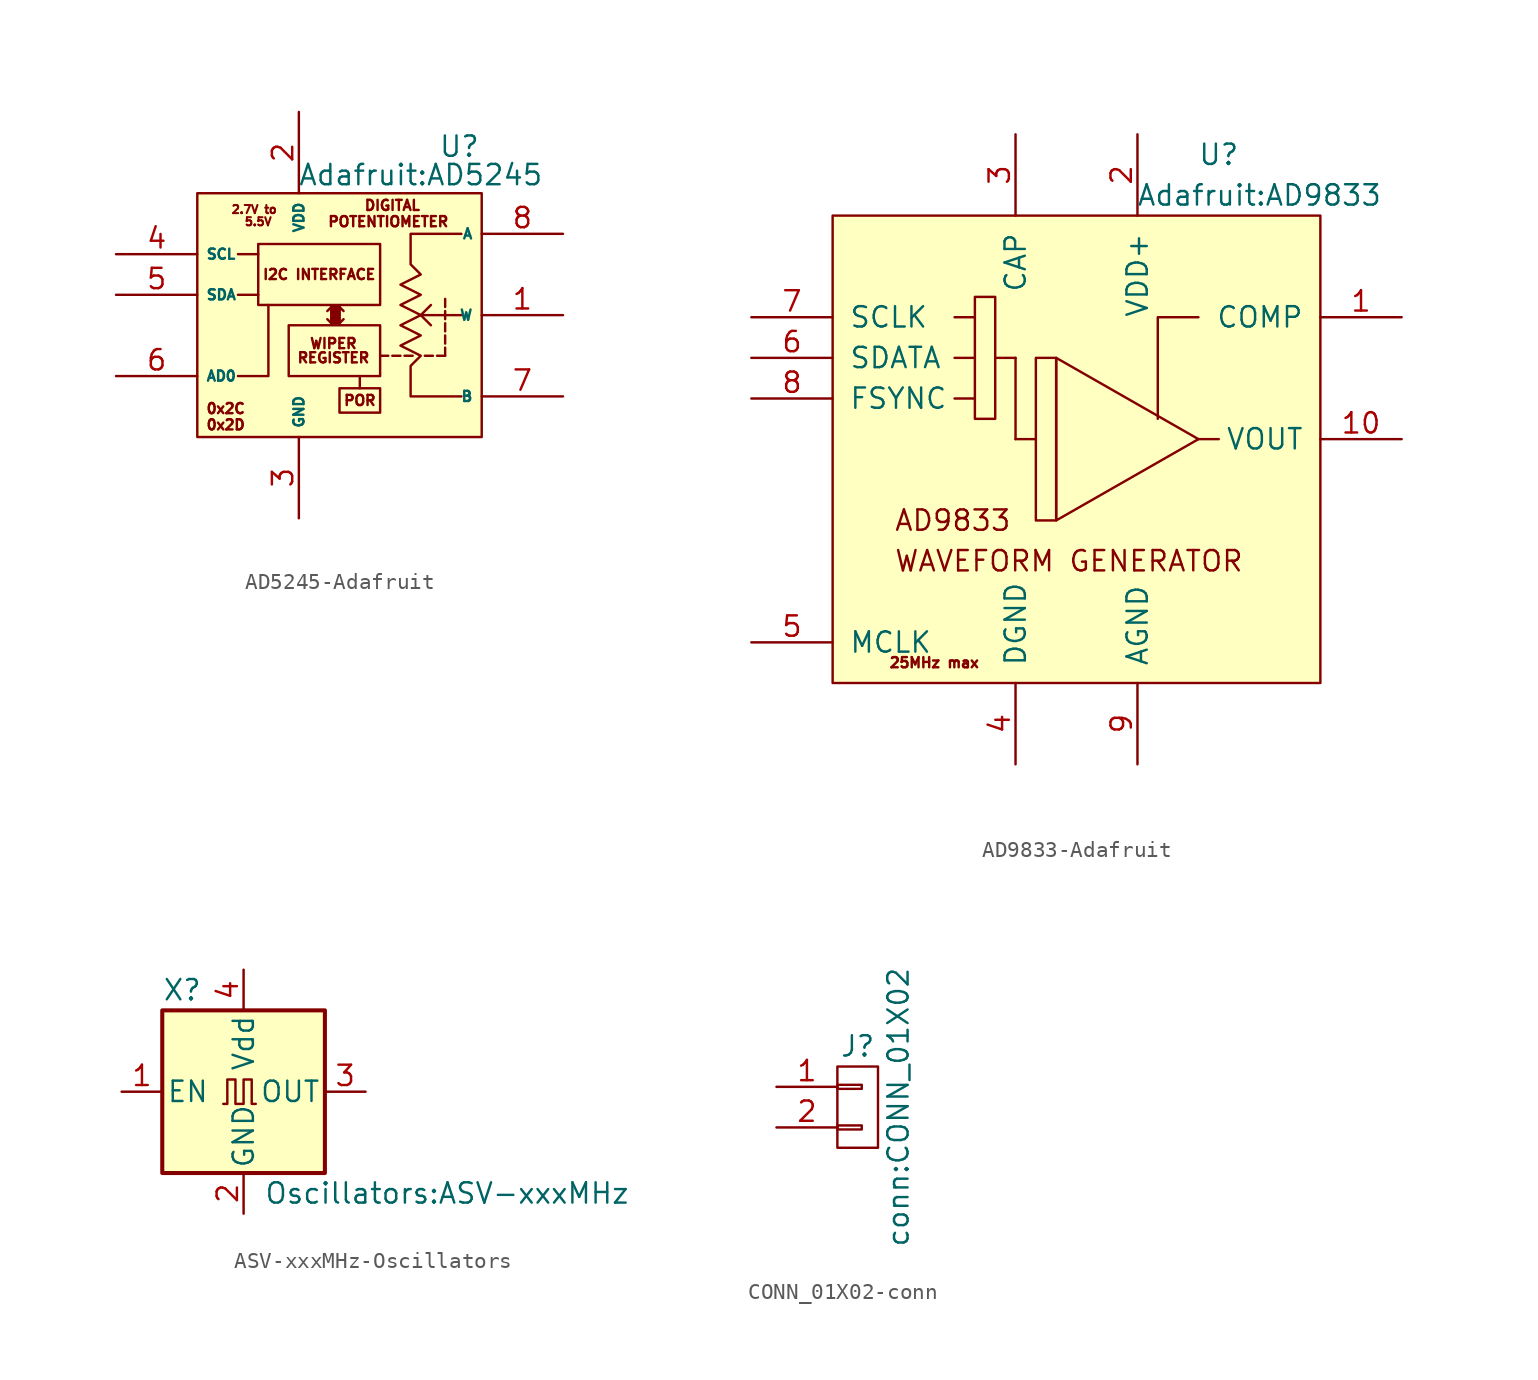
<source format=kicad_sym>
(kicad_symbol_lib
  (version 20231120)
  (generator "kicad_symbol_editor")
  (generator_version "8.0")
  (symbol "AD5245-Adafruit"
    (property "Reference" "U"
      (at 7.493 10.541 0)
      (effects (font (size 1.27 1.27))))
    (property "Value" "Adafruit:AD5245"
      (at 5.08 8.763 0)
      (effects (font (size 1.27 1.27))))
    (symbol "AD5245-Adafruit_0_0"
      (rectangle (start -8.89 7.62) (end 8.89 -7.62) (stroke (width 0) (type solid)) (fill (type background)))
      (rectangle (start -5.08 4.445) (end 2.54 0.635) (stroke (width 0) (type solid)) (fill (type none)))
      (rectangle (start -3.175 -0.635) (end 2.54 -3.81) (stroke (width 0) (type solid)) (fill (type none)))
      (rectangle (start -0.508 0.508) (end 0 -0.508) (stroke (width 0) (type solid)) (fill (type outline)))
      (rectangle (start 0 -4.572) (end 2.54 -6.096) (stroke (width 0) (type solid)) (fill (type none)))
      (polyline (pts (xy -6.35 1.27) (xy -5.08 1.27)) (stroke (width 0) (type solid)) (fill (type none)))
      (polyline (pts (xy -6.35 3.81) (xy -5.08 3.81)) (stroke (width 0) (type solid)) (fill (type none)))
      (polyline (pts (xy -0.508 -0.508) (xy -0.762 -0.254)) (stroke (width 0) (type solid)) (fill (type none)))
      (polyline (pts (xy -0.508 -0.508) (xy -0.508 0.508)) (stroke (width 0) (type solid)) (fill (type none)))
      (polyline (pts (xy -0.508 0.508) (xy -0.762 0.254)) (stroke (width 0) (type solid)) (fill (type none)))
      (polyline (pts (xy 0 -0.508) (xy 0 0.508)) (stroke (width 0) (type solid)) (fill (type none)))
      (polyline (pts (xy 0 -0.508) (xy 0.254 -0.254)) (stroke (width 0) (type solid)) (fill (type none)))
      (polyline (pts (xy 0 0.508) (xy 0.254 0.254)) (stroke (width 0) (type solid)) (fill (type none)))
      (polyline (pts (xy 1.27 -4.572) (xy 1.27 -3.81)) (stroke (width 0) (type solid)) (fill (type none)))
      (polyline (pts (xy 2.54 -2.54) (xy 3.048 -2.54)) (stroke (width 0) (type solid)) (fill (type none)))
      (polyline (pts (xy 3.302 -2.54) (xy 3.81 -2.54)) (stroke (width 0) (type solid)) (fill (type none)))
      (polyline (pts (xy 4.064 -2.54) (xy 4.572 -2.54)) (stroke (width 0) (type solid)) (fill (type none)))
      (polyline (pts (xy 5.08 0) (xy 5.715 -0.635)) (stroke (width 0) (type solid)) (fill (type none)))
      (polyline (pts (xy 5.334 -2.54) (xy 5.842 -2.54)) (stroke (width 0) (type solid)) (fill (type none)))
      (polyline (pts (xy 6.096 -2.54) (xy 6.604 -2.54)) (stroke (width 0) (type solid)) (fill (type none)))
      (polyline (pts (xy 6.604 -2.032) (xy 6.604 -2.54)) (stroke (width 0) (type solid)) (fill (type none)))
      (polyline (pts (xy 6.604 -1.27) (xy 6.604 -1.778)) (stroke (width 0) (type solid)) (fill (type none)))
      (polyline (pts (xy 6.604 -1.016) (xy 6.604 -0.508)) (stroke (width 0) (type solid)) (fill (type none)))
      (polyline (pts (xy 6.604 -0.254) (xy 6.604 0.254)) (stroke (width 0) (type solid)) (fill (type none)))
      (polyline (pts (xy 6.604 0.508) (xy 6.604 1.016)) (stroke (width 0) (type solid)) (fill (type none)))
      (polyline (pts (xy -6.35 -3.81) (xy -4.445 -3.81) (xy -4.445 0.635)) (stroke (width 0) (type solid)) (fill (type none)))
      (polyline (pts (xy 7.62 0) (xy 5.08 0) (xy 5.715 0.635)) (stroke (width 0) (type solid)) (fill (type none)))
      (polyline (pts (xy 7.62 5.08) (xy 4.445 5.08) (xy 4.445 3.175) (xy 5.08 2.54) (xy 3.81 1.905) (xy 5.08 1.27) (xy 3.81 0.635) (xy 5.08 0) (xy 3.81 -0.635) (xy 5.08 -1.27) (xy 3.81 -1.905) (xy 5.08 -2.54) (xy 4.445 -3.175) (xy 4.445 -5.08) (xy 7.62 -5.08)) (stroke (width 0) (type solid)) (fill (type none)))
      (text "0x2C" (at -7.112 -5.842 0) (effects (font (size 0.635 0.635))))
      (text "0x2D" (at -7.112 -6.858 0) (effects (font (size 0.635 0.635))))
      (text "2.7V to" (at -5.334 6.604 0) (effects (font (size 0.508 0.508))))
      (text "5.5V" (at -5.08 5.842 0) (effects (font (size 0.508 0.508))))
      (text "DIGITAL" (at 3.302 6.858 0) (effects (font (size 0.635 0.635))))
      (text "I2C INTERFACE" (at -1.27 2.54 0) (effects (font (size 0.635 0.635))))
      (text "POR" (at 1.27 -5.334 0) (effects (font (size 0.635 0.635))))
      (text "POTENTIOMETER" (at 3.048 5.842 0) (effects (font (size 0.635 0.635))))
      (text "REGISTER" (at -0.381 -2.667 0) (effects (font (size 0.635 0.635))))
      (text "WIPER" (at -0.381 -1.778 0) (effects (font (size 0.635 0.635)))))
    (symbol "AD5245-Adafruit_1_1"
      (pin bidirectional line (at 13.97 0 180) (length 5.08) (name "W" (effects (font (size 0.635 0.635)))) (number "1" (effects (font (size 1.27 1.27)))))
      (pin power_in line (at -2.54 12.7 270) (length 5.08) (name "VDD" (effects (font (size 0.635 0.635)))) (number "2" (effects (font (size 1.27 1.27)))))
      (pin power_in line (at -2.54 -12.7 90) (length 5.08) (name "GND" (effects (font (size 0.635 0.635)))) (number "3" (effects (font (size 1.27 1.27)))))
      (pin input line (at -13.97 3.81 0) (length 5.08) (name "SCL" (effects (font (size 0.635 0.635)))) (number "4" (effects (font (size 1.27 1.27)))))
      (pin bidirectional line (at -13.97 1.27 0) (length 5.08) (name "SDA" (effects (font (size 0.635 0.635)))) (number "5" (effects (font (size 1.27 1.27)))))
      (pin input line (at -13.97 -3.81 0) (length 5.08) (name "AD0" (effects (font (size 0.635 0.635)))) (number "6" (effects (font (size 1.27 1.27)))))
      (pin bidirectional line (at 13.97 -5.08 180) (length 5.08) (name "B" (effects (font (size 0.635 0.635)))) (number "7" (effects (font (size 1.27 1.27)))))
      (pin bidirectional line (at 13.97 5.08 180) (length 5.08) (name "A" (effects (font (size 0.635 0.635)))) (number "8" (effects (font (size 1.27 1.27)))))))
  (symbol "AD9833-Adafruit"
    (pin_names
      (offset 1.016))
    (property "Reference" "U"
      (at 8.89 17.78 0)
      (effects (font (size 1.27 1.27))))
    (property "Value" "Adafruit:AD9833"
      (at 11.43 15.24 0)
      (effects (font (size 1.27 1.27))))
    (symbol "AD9833-Adafruit_0_0"
      (text "25MHz max" (at -8.89 -13.97 0) (effects (font (size 0.635 0.635))))
      (text "AD9833" (at -11.43 -5.08 0) (effects (font (size 1.27 1.27)) (justify left)))
      (text "WAVEFORM GENERATOR" (at -11.43 -7.62 0) (effects (font (size 1.27 1.27)) (justify left))))
    (symbol "AD9833-Adafruit_0_1"
      (rectangle (start -15.24 13.97) (end 15.24 -15.24) (stroke (width 0) (type solid)) (fill (type background)))
      (rectangle (start -6.35 8.89) (end -5.08 1.27) (stroke (width 0) (type solid)) (fill (type none)))
      (rectangle (start -1.27 5.08) (end -2.54 -5.08) (stroke (width 0) (type solid)) (fill (type none)))
      (polyline (pts (xy -6.35 2.54) (xy -7.62 2.54)) (stroke (width 0) (type solid)) (fill (type none)))
      (polyline (pts (xy -6.35 5.08) (xy -7.62 5.08)) (stroke (width 0) (type solid)) (fill (type none)))
      (polyline (pts (xy -6.35 7.62) (xy -7.62 7.62)) (stroke (width 0) (type solid)) (fill (type none)))
      (polyline (pts (xy -5.08 5.08) (xy -3.81 5.08)) (stroke (width 0) (type solid)) (fill (type none)))
      (polyline (pts (xy -3.81 0) (xy -2.54 0)) (stroke (width 0) (type solid)) (fill (type none)))
      (polyline (pts (xy -3.81 5.08) (xy -3.81 0)) (stroke (width 0) (type solid)) (fill (type none)))
      (polyline (pts (xy 7.62 0) (xy 8.89 0)) (stroke (width 0) (type solid)) (fill (type none)))
      (polyline (pts (xy 7.62 7.62) (xy 5.08 7.62) (xy 5.08 1.27)) (stroke (width 0) (type solid)) (fill (type none)))
      (polyline (pts (xy 7.62 0) (xy -1.27 5.08) (xy -1.27 -5.08) (xy 7.62 0)) (stroke (width 0) (type solid)) (fill (type none))))
    (symbol "AD9833-Adafruit_1_1"
      (pin bidirectional line (at 20.32 7.62 180) (length 5.08) (name "COMP" (effects (font (size 1.27 1.27)))) (number "1" (effects (font (size 1.27 1.27)))))
      (pin output line (at 20.32 0 180) (length 5.08) (name "VOUT" (effects (font (size 1.27 1.27)))) (number "10" (effects (font (size 1.27 1.27)))))
      (pin power_in line (at 3.81 19.05 270) (length 5.08) (name "VDD+" (effects (font (size 1.27 1.27)))) (number "2" (effects (font (size 1.27 1.27)))))
      (pin bidirectional line (at -3.81 19.05 270) (length 5.08) (name "CAP" (effects (font (size 1.27 1.27)))) (number "3" (effects (font (size 1.27 1.27)))))
      (pin power_in line (at -3.81 -20.32 90) (length 5.08) (name "DGND" (effects (font (size 1.27 1.27)))) (number "4" (effects (font (size 1.27 1.27)))))
      (pin input line (at -20.32 -12.7 0) (length 5.08) (name "MCLK" (effects (font (size 1.27 1.27)))) (number "5" (effects (font (size 1.27 1.27)))))
      (pin input line (at -20.32 5.08 0) (length 5.08) (name "SDATA" (effects (font (size 1.27 1.27)))) (number "6" (effects (font (size 1.27 1.27)))))
      (pin input line (at -20.32 7.62 0) (length 5.08) (name "SCLK" (effects (font (size 1.27 1.27)))) (number "7" (effects (font (size 1.27 1.27)))))
      (pin input line (at -20.32 2.54 0) (length 5.08) (name "FSYNC" (effects (font (size 1.27 1.27)))) (number "8" (effects (font (size 1.27 1.27)))))
      (pin power_in line (at 3.81 -20.32 90) (length 5.08) (name "AGND" (effects (font (size 1.27 1.27)))) (number "9" (effects (font (size 1.27 1.27)))))))
  (symbol "ASV-xxxMHz-Oscillators"
    (pin_names
      (offset 0.254))
    (property "Reference" "X"
      (at -5.08 6.35 0)
      (effects (font (size 1.27 1.27)) (justify left)))
    (property "Value" "Oscillators:ASV-xxxMHz"
      (at 1.27 -6.35 0)
      (effects (font (size 1.27 1.27)) (justify left)))
    (symbol "ASV-xxxMHz-Oscillators_0_1"
      (rectangle (start -5.08 5.08) (end 5.08 -5.08) (stroke (width 0.254) (type solid)) (fill (type background)))
      (polyline (pts (xy -1.27 -0.762) (xy -1.016 -0.762) (xy -1.016 0.762) (xy -0.508 0.762) (xy -0.508 -0.762) (xy 0 -0.762) (xy 0 0.762) (xy 0.508 0.762) (xy 0.508 -0.762) (xy 0.762 -0.762)) (stroke (width 0) (type solid)) (fill (type none))))
    (symbol "ASV-xxxMHz-Oscillators_1_1"
      (pin input line (at -7.62 0 0) (length 2.54) (name "EN" (effects (font (size 1.27 1.27)))) (number "1" (effects (font (size 1.27 1.27)))))
      (pin power_in line (at 0 -7.62 90) (length 2.54) (name "GND" (effects (font (size 1.27 1.27)))) (number "2" (effects (font (size 1.27 1.27)))))
      (pin output line (at 7.62 0 180) (length 2.54) (name "OUT" (effects (font (size 1.27 1.27)))) (number "3" (effects (font (size 1.27 1.27)))))
      (pin power_in line (at 0 7.62 270) (length 2.54) (name "Vdd" (effects (font (size 1.27 1.27)))) (number "4" (effects (font (size 1.27 1.27)))))))
  (symbol "CONN_01X02-conn"
    (pin_names
      (offset 1.016) hide)
    (property "Reference" "J"
      (at 0 3.81 0)
      (effects (font (size 1.27 1.27))))
    (property "Value" "conn:CONN_01X02"
      (at 2.54 0 90)
      (effects (font (size 1.27 1.27))))
    (symbol "CONN_01X02-conn_0_1"
      (rectangle (start -1.27 -1.143) (end 0.254 -1.397) (stroke (width 0) (type solid)) (fill (type none)))
      (rectangle (start -1.27 1.397) (end 0.254 1.143) (stroke (width 0) (type solid)) (fill (type none)))
      (rectangle (start -1.27 2.54) (end 1.27 -2.54) (stroke (width 0) (type solid)) (fill (type none))))
    (symbol "CONN_01X02-conn_1_1"
      (pin passive line (at -5.08 1.27 0) (length 3.81) (name "P1" (effects (font (size 1.27 1.27)))) (number "1" (effects (font (size 1.27 1.27)))))
      (pin passive line (at -5.08 -1.27 0) (length 3.81) (name "P2" (effects (font (size 1.27 1.27)))) (number "2" (effects (font (size 1.27 1.27))))))))
</source>
